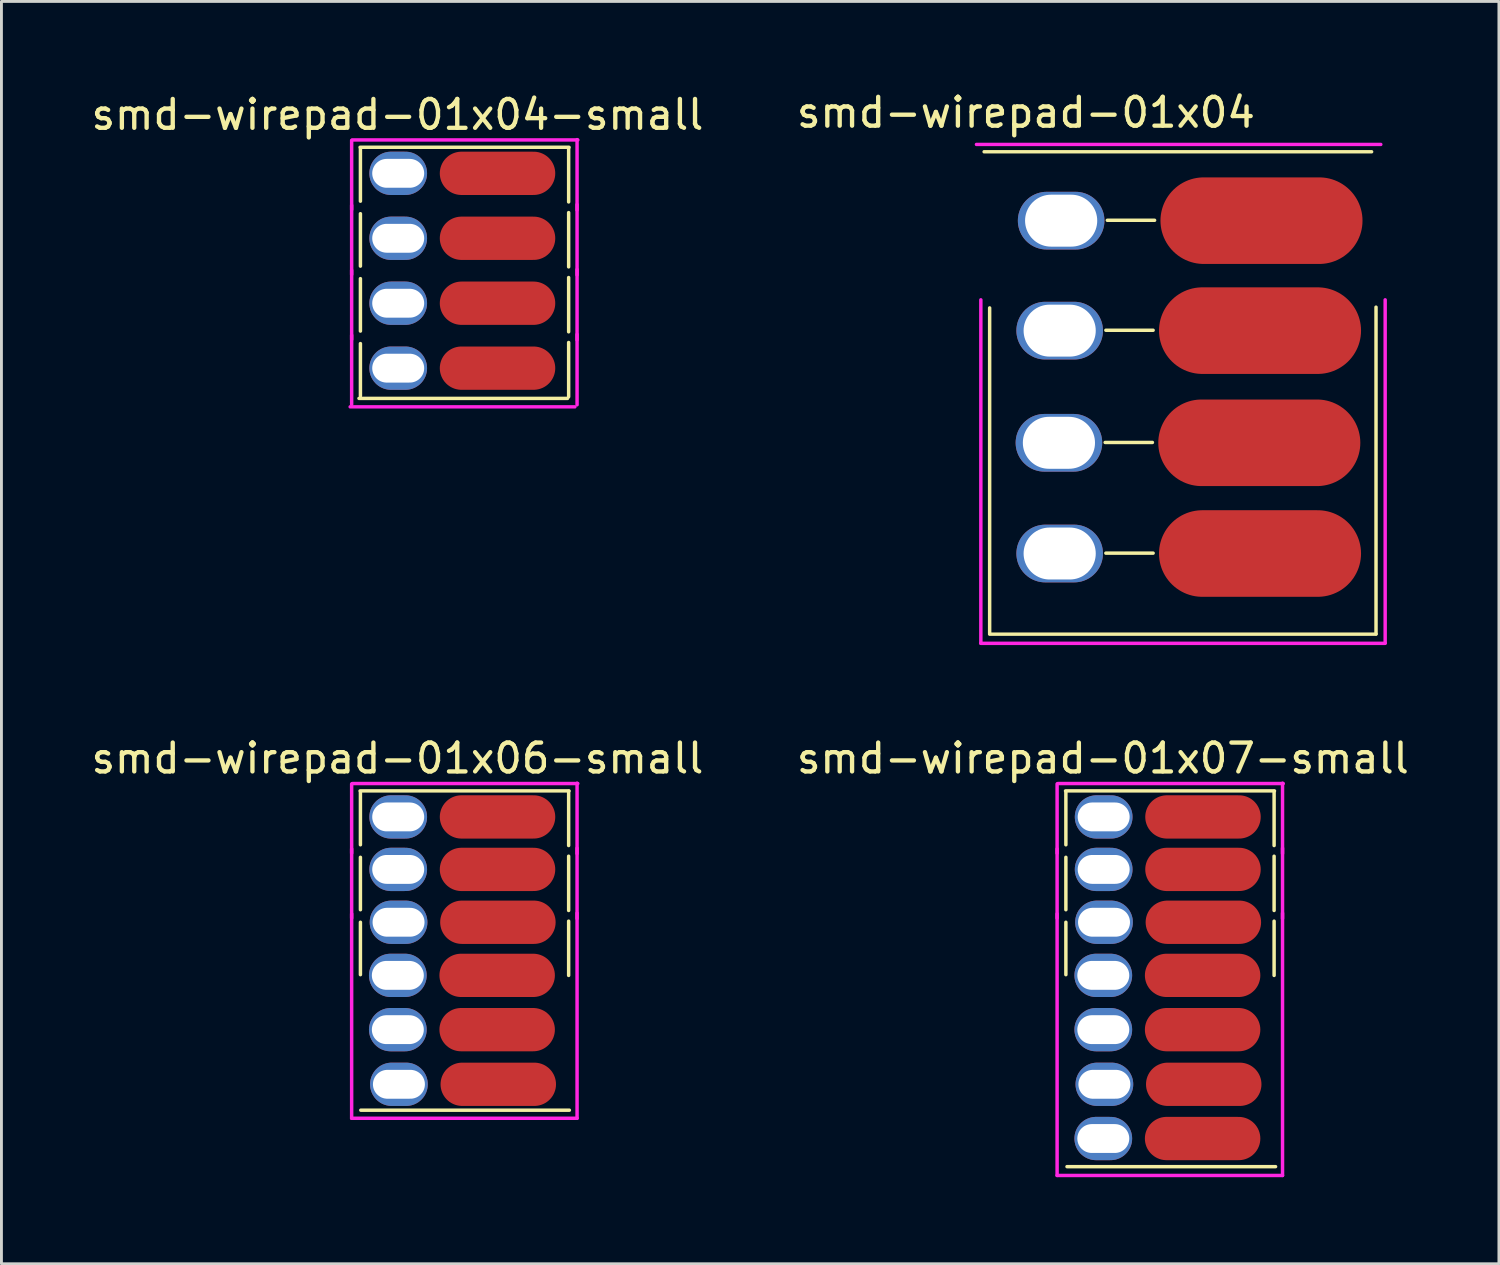
<source format=kicad_pcb>
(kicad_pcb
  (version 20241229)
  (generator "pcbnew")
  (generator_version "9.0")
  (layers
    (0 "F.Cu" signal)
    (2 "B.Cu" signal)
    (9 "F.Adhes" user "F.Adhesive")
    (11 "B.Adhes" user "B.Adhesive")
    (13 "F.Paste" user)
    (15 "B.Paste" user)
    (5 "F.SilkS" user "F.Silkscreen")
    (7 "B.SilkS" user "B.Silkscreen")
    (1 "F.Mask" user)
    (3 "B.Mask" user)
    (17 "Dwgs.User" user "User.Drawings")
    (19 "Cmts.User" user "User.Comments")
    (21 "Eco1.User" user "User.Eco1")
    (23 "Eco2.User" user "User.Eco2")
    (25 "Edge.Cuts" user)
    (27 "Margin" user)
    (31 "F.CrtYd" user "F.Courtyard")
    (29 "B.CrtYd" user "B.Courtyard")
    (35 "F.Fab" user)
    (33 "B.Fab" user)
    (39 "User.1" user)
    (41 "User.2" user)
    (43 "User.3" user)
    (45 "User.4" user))
  (footprint "smd-wirepad-01x04-small"
    (layer "F.Cu")
    (at 14.365 0.25)
    (property "Reference" "smd-wirepad-01x04-small" (at -3.645 0.673 0) (layer "F.SilkS") (effects (font (size 1 1) (thickness 0.15))))
    (attr through_hole)
    (fp_line (start -4.94 1.803) (end 2.299 1.803) (stroke (width 0.12) (type solid)) (layer "F.SilkS"))
    (fp_line (start -4.928 3.67) (end -4.928 1.854) (stroke (width 0.12) (type solid)) (layer "F.SilkS"))
    (fp_line (start -4.928 5.92) (end -4.928 4.104) (stroke (width 0.12) (type solid)) (layer "F.SilkS"))
    (fp_line (start -4.928 8.17) (end -4.928 6.354) (stroke (width 0.12) (type solid)) (layer "F.SilkS"))
    (fp_line (start -4.928 10.42) (end -4.928 8.604) (stroke (width 0.12) (type solid)) (layer "F.SilkS"))
    (fp_line (start 2.248 10.503) (end -4.978 10.503) (stroke (width 0.12) (type solid)) (layer "F.SilkS"))
    (fp_line (start 2.286 1.816) (end 2.286 3.696) (stroke (width 0.12) (type solid)) (layer "F.SilkS"))
    (fp_line (start 2.286 4.066) (end 2.286 5.946) (stroke (width 0.12) (type solid)) (layer "F.SilkS"))
    (fp_line (start 2.286 6.316) (end 2.286 8.196) (stroke (width 0.12) (type solid)) (layer "F.SilkS"))
    (fp_line (start 2.286 8.566) (end 2.286 10.446) (stroke (width 0.12) (type solid)) (layer "F.SilkS"))
    (fp_line (start -5.232 3.962) (end -5.232 1.562) (stroke (width 0.12) (type solid)) (layer "F.CrtYd"))
    (fp_line (start -5.232 6.212) (end -5.232 3.812) (stroke (width 0.12) (type solid)) (layer "F.CrtYd"))
    (fp_line (start -5.232 8.462) (end -5.232 6.062) (stroke (width 0.12) (type solid)) (layer "F.CrtYd"))
    (fp_line (start -5.232 10.712) (end -5.232 8.312) (stroke (width 0.12) (type solid)) (layer "F.CrtYd"))
    (fp_line (start -5.207 1.549) (end 2.603 1.549) (stroke (width 0.12) (type solid)) (layer "F.CrtYd"))
    (fp_line (start 2.502 10.795) (end -5.283 10.795) (stroke (width 0.12) (type solid)) (layer "F.CrtYd"))
    (fp_line (start 2.578 1.537) (end 2.578 3.975) (stroke (width 0.12) (type solid)) (layer "F.CrtYd"))
    (fp_line (start 2.578 3.787) (end 2.578 6.225) (stroke (width 0.12) (type solid)) (layer "F.CrtYd"))
    (fp_line (start 2.578 6.037) (end 2.578 8.475) (stroke (width 0.12) (type solid)) (layer "F.CrtYd"))
    (fp_line (start 2.578 8.287) (end 2.578 10.725) (stroke (width 0.12) (type solid)) (layer "F.CrtYd"))
    (pad "" np_thru_hole oval (at -3.619 2.705) (size 2 1.5) (drill oval 1.8 1) (layers "*.Cu" "*.Mask"))
    (pad "" np_thru_hole oval (at -3.619 4.955) (size 2 1.5) (drill oval 1.8 1) (layers "*.Cu" "*.Mask"))
    (pad "" np_thru_hole oval (at -3.619 7.205) (size 2 1.5) (drill oval 1.8 1) (layers "*.Cu" "*.Mask"))
    (pad "" np_thru_hole oval (at -3.619 9.455) (size 2 1.5) (drill oval 1.8 1) (layers "*.Cu" "*.Mask"))
    (pad "1" smd oval (at -0.178 2.705) (size 4 1.5) (layers "F.Cu" "F.Mask" "F.Paste"))
    (pad "2" smd oval (at -0.178 4.955) (size 4 1.5) (layers "F.Cu" "F.Mask" "F.Paste"))
    (pad "3" smd oval (at -0.178 7.205) (size 4 1.5) (layers "F.Cu" "F.Mask" "F.Paste"))
    (pad "4" smd oval (at -0.178 9.455) (size 4 1.5) (layers "F.Cu" "F.Mask" "F.Paste")))
  (footprint "smd-wirepad-01x04"
    (layer "F.Cu")
    (at 37.333 1.89)
    (property "Reference" "smd-wirepad-01x04" (at -4.839 -1.041 0) (layer "F.SilkS") (effects (font (size 1 1) (thickness 0.15))))
    (attr through_hole)
    (fp_line (start -6.287 0.318) (end 7.137 0.318) (stroke (width 0.12) (type solid)) (layer "F.SilkS"))
    (fp_line (start -6.096 17.005) (end -6.096 5.728) (stroke (width 0.12) (type solid)) (layer "F.SilkS"))
    (fp_line (start -2.095 10.389) (end -0.457 10.389) (stroke (width 0.12) (type solid)) (layer "F.SilkS"))
    (fp_line (start -2.07 6.502) (end -0.432 6.502) (stroke (width 0.12) (type solid)) (layer "F.SilkS"))
    (fp_line (start -2.07 14.224) (end -0.432 14.224) (stroke (width 0.12) (type solid)) (layer "F.SilkS"))
    (fp_line (start -2.019 2.692) (end -0.381 2.692) (stroke (width 0.12) (type solid)) (layer "F.SilkS"))
    (fp_line (start 7.29 5.702) (end 7.29 17.018) (stroke (width 0.12) (type solid)) (layer "F.SilkS"))
    (fp_line (start 7.29 17.031) (end -6.096 17.031) (stroke (width 0.12) (type solid)) (layer "F.SilkS"))
    (fp_line (start -6.553 0.064) (end 7.455 0.064) (stroke (width 0.12) (type solid)) (layer "F.CrtYd"))
    (fp_line (start -6.401 17.348) (end -6.401 5.448) (stroke (width 0.12) (type solid)) (layer "F.CrtYd"))
    (fp_line (start 7.607 5.448) (end 7.607 17.335) (stroke (width 0.12) (type solid)) (layer "F.CrtYd"))
    (fp_line (start 7.607 17.348) (end -6.401 17.348) (stroke (width 0.12) (type solid)) (layer "F.CrtYd"))
    (pad "" np_thru_hole oval (at -3.696 10.401) (size 3 2) (drill oval 2.5 1.8) (layers "*.Cu" "*.Mask"))
    (pad "" np_thru_hole oval (at -3.67 6.515) (size 3 2) (drill oval 2.5 1.8) (layers "*.Cu" "*.Mask"))
    (pad "" np_thru_hole oval (at -3.67 14.237) (size 3 2) (drill oval 2.5 1.8) (layers "*.Cu" "*.Mask"))
    (pad "" np_thru_hole oval (at -3.619 2.705) (size 3 2) (drill oval 2.5 1.8) (layers "*.Cu" "*.Mask"))
    (pad "1" smd oval (at -0.178 2.705) (size 7 3) (drill (offset 3.5 0)) (layers "F.Cu" "F.Mask" "F.Paste"))
    (pad "2" smd oval (at -0.229 6.515) (size 7 3) (drill (offset 3.5 0)) (layers "F.Cu" "F.Mask" "F.Paste"))
    (pad "3" smd oval (at -0.254 10.401) (size 7 3) (drill (offset 3.5 0)) (layers "F.Cu" "F.Mask" "F.Paste"))
    (pad "4" smd oval (at -0.229 14.237) (size 7 3) (drill (offset 3.5 0)) (layers "F.Cu" "F.Mask" "F.Paste")))
  (footprint "smd-wirepad-01x07-small"
    (layer "F.Cu")
    (at 38.806 22.548)
    (property "Reference" "smd-wirepad-01x07-small" (at -3.645 0.673 0) (layer "F.SilkS") (effects (font (size 1 1) (thickness 0.15))))
    (attr through_hole)
    (fp_line (start -4.94 1.803) (end 2.299 1.803) (stroke (width 0.12) (type solid)) (layer "F.SilkS"))
    (fp_line (start -4.928 3.67) (end -4.928 1.854) (stroke (width 0.12) (type solid)) (layer "F.SilkS"))
    (fp_line (start -4.928 5.92) (end -4.928 4.104) (stroke (width 0.12) (type solid)) (layer "F.SilkS"))
    (fp_line (start -4.928 8.17) (end -4.928 6.354) (stroke (width 0.12) (type solid)) (layer "F.SilkS"))
    (fp_line (start 2.286 1.816) (end 2.286 3.696) (stroke (width 0.12) (type solid)) (layer "F.SilkS"))
    (fp_line (start 2.286 4.066) (end 2.286 5.946) (stroke (width 0.12) (type solid)) (layer "F.SilkS"))
    (fp_line (start 2.286 6.316) (end 2.286 8.196) (stroke (width 0.12) (type solid)) (layer "F.SilkS"))
    (fp_line (start 2.337 14.821) (end -4.889 14.821) (stroke (width 0.12) (type solid)) (layer "F.SilkS"))
    (fp_line (start -5.232 3.962) (end -5.232 1.562) (stroke (width 0.12) (type solid)) (layer "F.CrtYd"))
    (fp_line (start -5.232 6.212) (end -5.232 3.812) (stroke (width 0.12) (type solid)) (layer "F.CrtYd"))
    (fp_line (start -5.232 15.126) (end -5.232 6.062) (stroke (width 0.12) (type solid)) (layer "F.CrtYd"))
    (fp_line (start -5.207 1.549) (end 2.603 1.549) (stroke (width 0.12) (type solid)) (layer "F.CrtYd"))
    (fp_line (start 2.578 1.537) (end 2.578 3.975) (stroke (width 0.12) (type solid)) (layer "F.CrtYd"))
    (fp_line (start 2.578 3.787) (end 2.578 6.225) (stroke (width 0.12) (type solid)) (layer "F.CrtYd"))
    (fp_line (start 2.578 6.037) (end 2.578 15.126) (stroke (width 0.12) (type solid)) (layer "F.CrtYd"))
    (fp_line (start 2.578 15.126) (end -5.232 15.126) (stroke (width 0.12) (type solid)) (layer "F.CrtYd"))
    (pad "" np_thru_hole oval (at -3.632 8.194) (size 2 1.5) (drill oval 1.8 1) (layers "*.Cu" "*.Mask"))
    (pad "" np_thru_hole oval (at -3.632 10.075) (size 2 1.5) (drill oval 1.8 1) (layers "*.Cu" "*.Mask"))
    (pad "" np_thru_hole oval (at -3.632 13.847) (size 2 1.5) (drill oval 1.8 1) (layers "*.Cu" "*.Mask"))
    (pad "" np_thru_hole oval (at -3.619 2.705) (size 2 1.5) (drill oval 1.8 1) (layers "*.Cu" "*.Mask"))
    (pad "" np_thru_hole oval (at -3.619 4.523) (size 2 1.5) (drill oval 1.8 1) (layers "*.Cu" "*.Mask"))
    (pad "" np_thru_hole oval (at -3.607 6.354) (size 2 1.5) (drill oval 1.8 1) (layers "*.Cu" "*.Mask"))
    (pad "" np_thru_hole oval (at -3.594 11.968) (size 2 1.5) (drill oval 1.8 1) (layers "*.Cu" "*.Mask"))
    (pad "1" smd oval (at -0.178 2.705) (size 4 1.5) (layers "F.Cu" "F.Mask" "F.Paste"))
    (pad "2" smd oval (at -0.178 4.523) (size 4 1.5) (layers "F.Cu" "F.Mask" "F.Paste"))
    (pad "3" smd oval (at -0.165 6.354) (size 4 1.5) (layers "F.Cu" "F.Mask" "F.Paste"))
    (pad "4" smd oval (at -0.191 8.194) (size 4 1.5) (layers "F.Cu" "F.Mask" "F.Paste"))
    (pad "5" smd oval (at -0.191 10.075) (size 4 1.5) (layers "F.Cu" "F.Mask" "F.Paste"))
    (pad "6" smd oval (at -0.152 11.968) (size 4 1.5) (layers "F.Cu" "F.Mask" "F.Paste"))
    (pad "7" smd oval (at -0.191 13.847) (size 4 1.5) (layers "F.Cu" "F.Mask" "F.Paste")))
  (footprint "smd-wirepad-01x06-small"
    (layer "F.Cu")
    (at 14.365 22.548)
    (property "Reference" "smd-wirepad-01x06-small" (at -3.645 0.673 0) (layer "F.SilkS") (effects (font (size 1 1) (thickness 0.15))))
    (attr through_hole)
    (fp_line (start -4.94 1.803) (end 2.299 1.803) (stroke (width 0.12) (type solid)) (layer "F.SilkS"))
    (fp_line (start -4.928 3.67) (end -4.928 1.854) (stroke (width 0.12) (type solid)) (layer "F.SilkS"))
    (fp_line (start -4.928 5.92) (end -4.928 4.104) (stroke (width 0.12) (type solid)) (layer "F.SilkS"))
    (fp_line (start -4.928 8.17) (end -4.928 6.354) (stroke (width 0.12) (type solid)) (layer "F.SilkS"))
    (fp_line (start 2.286 1.816) (end 2.286 3.696) (stroke (width 0.12) (type solid)) (layer "F.SilkS"))
    (fp_line (start 2.286 4.066) (end 2.286 5.946) (stroke (width 0.12) (type solid)) (layer "F.SilkS"))
    (fp_line (start 2.286 6.316) (end 2.286 8.196) (stroke (width 0.12) (type solid)) (layer "F.SilkS"))
    (fp_line (start 2.311 12.865) (end -4.915 12.865) (stroke (width 0.12) (type solid)) (layer "F.SilkS"))
    (fp_line (start -5.232 3.962) (end -5.232 1.562) (stroke (width 0.12) (type solid)) (layer "F.CrtYd"))
    (fp_line (start -5.232 6.212) (end -5.232 3.812) (stroke (width 0.12) (type solid)) (layer "F.CrtYd"))
    (fp_line (start -5.232 13.145) (end -5.232 6.062) (stroke (width 0.12) (type solid)) (layer "F.CrtYd"))
    (fp_line (start -5.207 1.549) (end 2.603 1.549) (stroke (width 0.12) (type solid)) (layer "F.CrtYd"))
    (fp_line (start 2.578 1.537) (end 2.578 3.975) (stroke (width 0.12) (type solid)) (layer "F.CrtYd"))
    (fp_line (start 2.578 3.787) (end 2.578 6.225) (stroke (width 0.12) (type solid)) (layer "F.CrtYd"))
    (fp_line (start 2.578 6.037) (end 2.578 13.145) (stroke (width 0.12) (type solid)) (layer "F.CrtYd"))
    (fp_line (start 2.578 13.145) (end -5.232 13.145) (stroke (width 0.12) (type solid)) (layer "F.CrtYd"))
    (pad "" np_thru_hole oval (at -3.632 8.194) (size 2 1.5) (drill oval 1.8 1) (layers "*.Cu" "*.Mask"))
    (pad "" np_thru_hole oval (at -3.632 10.075) (size 2 1.5) (drill oval 1.8 1) (layers "*.Cu" "*.Mask"))
    (pad "" np_thru_hole oval (at -3.619 2.705) (size 2 1.5) (drill oval 1.8 1) (layers "*.Cu" "*.Mask"))
    (pad "" np_thru_hole oval (at -3.619 4.523) (size 2 1.5) (drill oval 1.8 1) (layers "*.Cu" "*.Mask"))
    (pad "" np_thru_hole oval (at -3.607 6.354) (size 2 1.5) (drill oval 1.8 1) (layers "*.Cu" "*.Mask"))
    (pad "" np_thru_hole oval (at -3.594 11.968) (size 2 1.5) (drill oval 1.8 1) (layers "*.Cu" "*.Mask"))
    (pad "1" smd oval (at -0.178 2.705) (size 4 1.5) (layers "F.Cu" "F.Mask" "F.Paste"))
    (pad "2" smd oval (at -0.178 4.523) (size 4 1.5) (layers "F.Cu" "F.Mask" "F.Paste"))
    (pad "3" smd oval (at -0.165 6.354) (size 4 1.5) (layers "F.Cu" "F.Mask" "F.Paste"))
    (pad "4" smd oval (at -0.191 8.194) (size 4 1.5) (layers "F.Cu" "F.Mask" "F.Paste"))
    (pad "5" smd oval (at -0.191 10.075) (size 4 1.5) (layers "F.Cu" "F.Mask" "F.Paste"))
    (pad "6" smd oval (at -0.152 11.968) (size 4 1.5) (layers "F.Cu" "F.Mask" "F.Paste")))
  (gr_rect
    (start -3 -3)
    (end 48.881 40.734)
    (stroke (width 0.1) (type default))
    (fill no)
    (layer "Edge.Cuts")))
</source>
